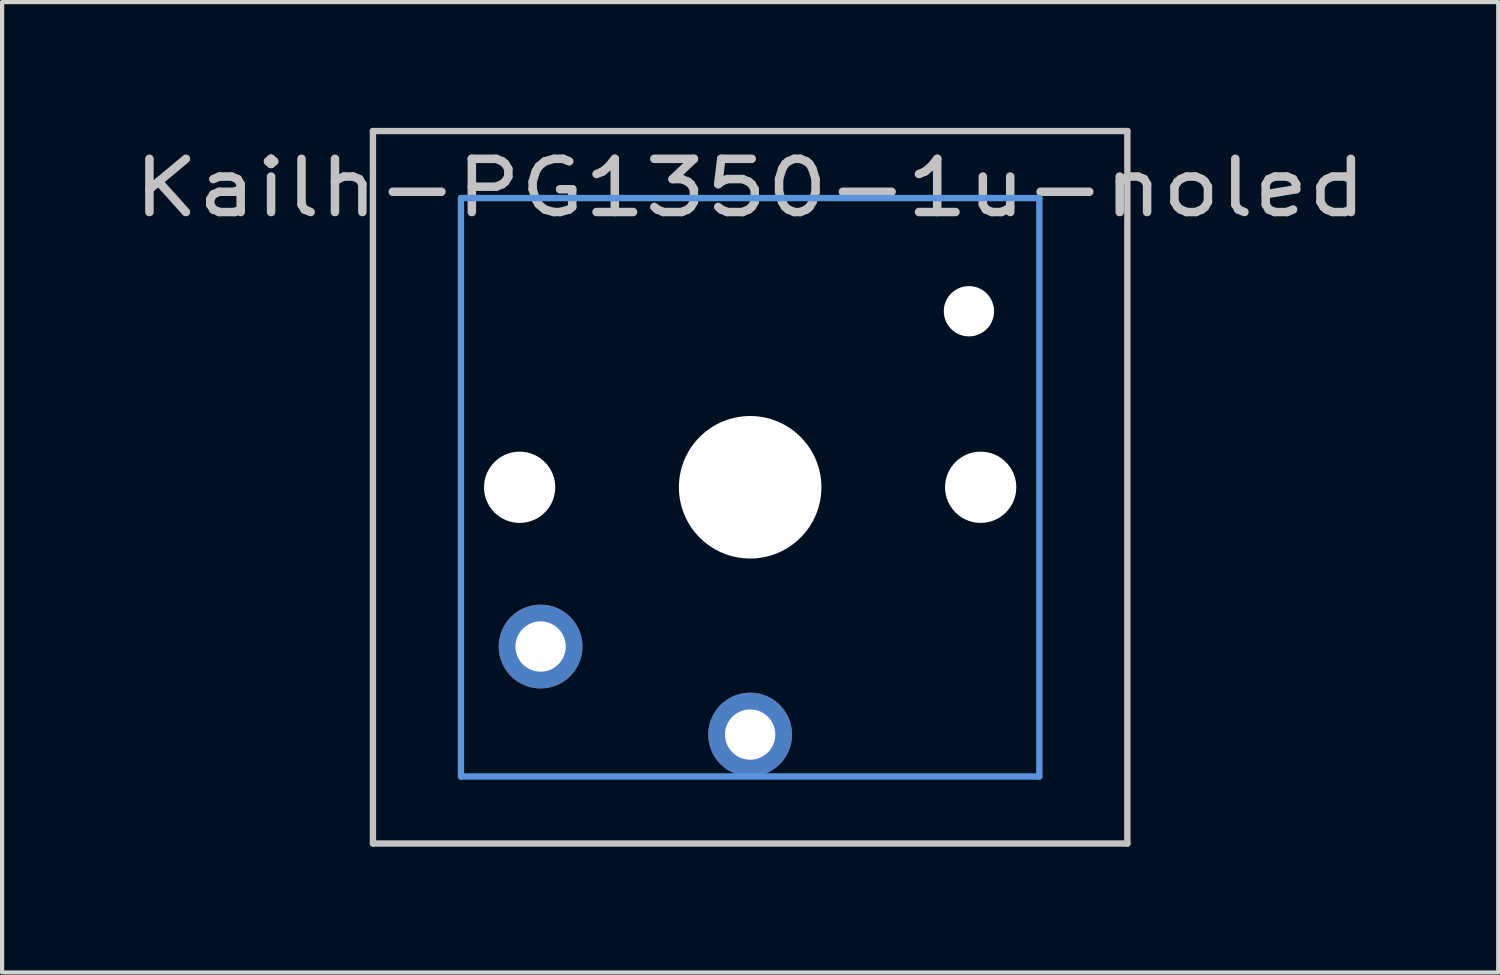
<source format=kicad_pcb>
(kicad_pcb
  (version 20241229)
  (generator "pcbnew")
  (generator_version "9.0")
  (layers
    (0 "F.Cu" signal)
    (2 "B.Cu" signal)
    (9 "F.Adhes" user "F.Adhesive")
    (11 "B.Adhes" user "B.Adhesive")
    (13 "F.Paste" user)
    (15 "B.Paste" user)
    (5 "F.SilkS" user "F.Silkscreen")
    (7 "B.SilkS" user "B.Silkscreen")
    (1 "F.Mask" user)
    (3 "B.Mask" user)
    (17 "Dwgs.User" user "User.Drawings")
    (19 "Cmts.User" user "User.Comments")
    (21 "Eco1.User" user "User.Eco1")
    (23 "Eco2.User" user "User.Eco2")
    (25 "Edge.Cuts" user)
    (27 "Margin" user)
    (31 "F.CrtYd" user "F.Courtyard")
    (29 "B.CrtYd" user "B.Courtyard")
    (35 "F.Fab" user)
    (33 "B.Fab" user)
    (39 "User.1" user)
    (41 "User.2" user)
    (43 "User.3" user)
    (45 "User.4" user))
  (footprint "Kailh-PG1350-1u-noled"
    (layer "F.Cu")
    (at 14.848 8.576)
    (property "Reference" "Kailh-PG1350-1u-noled" (at 0 -7.144 180) (layer "Dwgs.User") (effects (font (size 1.27 1.524) (thickness 0.203))))
    (attr through_hole)
    (fp_line (start -9 -8.5) (end 9 -8.5) (stroke (width 0.152) (type solid)) (layer "Dwgs.User"))
    (fp_line (start -9 8.5) (end -9 -8.5) (stroke (width 0.152) (type solid)) (layer "Dwgs.User"))
    (fp_line (start 9 -8.5) (end 9 8.5) (stroke (width 0.152) (type solid)) (layer "Dwgs.User"))
    (fp_line (start 9 8.5) (end -9 8.5) (stroke (width 0.152) (type solid)) (layer "Dwgs.User"))
    (fp_line (start -6.9 -6.9) (end 6.9 -6.9) (stroke (width 0.152) (type solid)) (layer "Cmts.User"))
    (fp_line (start -6.9 6.9) (end -6.9 -6.9) (stroke (width 0.152) (type solid)) (layer "Cmts.User"))
    (fp_line (start 6.9 -6.9) (end 6.9 6.9) (stroke (width 0.152) (type solid)) (layer "Cmts.User"))
    (fp_line (start 6.9 6.9) (end -6.9 6.9) (stroke (width 0.152) (type solid)) (layer "Cmts.User"))
    (fp_line (start -7.5 -7.5) (end 7.5 -7.5) (stroke (width 0.152) (type solid)) (layer "Eco2.User"))
    (fp_line (start -7.5 7.5) (end -7.5 -7.5) (stroke (width 0.152) (type solid)) (layer "Eco2.User"))
    (fp_line (start 7.5 -7.5) (end 7.5 7.5) (stroke (width 0.152) (type solid)) (layer "Eco2.User"))
    (fp_line (start 7.5 7.5) (end -7.5 7.5) (stroke (width 0.152) (type solid)) (layer "Eco2.User"))
    (pad "" np_thru_hole circle (at -5.5 0 180) (size 1.7 1.7) (drill 1.7) (layers "*.Cu"))
    (pad "" np_thru_hole circle (at 0 0 180) (size 3.4 3.4) (drill 3.4) (layers "*.Cu"))
    (pad "" np_thru_hole circle (at 5.22 -4.2 180) (size 1.2 1.2) (drill 1.2) (layers "*.Cu"))
    (pad "" np_thru_hole circle (at 5.5 0 180) (size 1.7 1.7) (drill 1.7) (layers "*.Cu"))
    (pad "1" thru_hole circle (at 0 5.9 180) (size 2 2) (drill 1.2) (layers "*.Cu" "*.Mask"))
    (pad "2" thru_hole circle (at -5 3.8 41.9) (size 2 2) (drill 1.2) (layers "*.Cu" "*.Mask")))
  (gr_rect
    (start -3 -3)
    (end 32.696 20.152)
    (stroke (width 0.1) (type default))
    (fill no)
    (layer "Edge.Cuts")))
</source>
